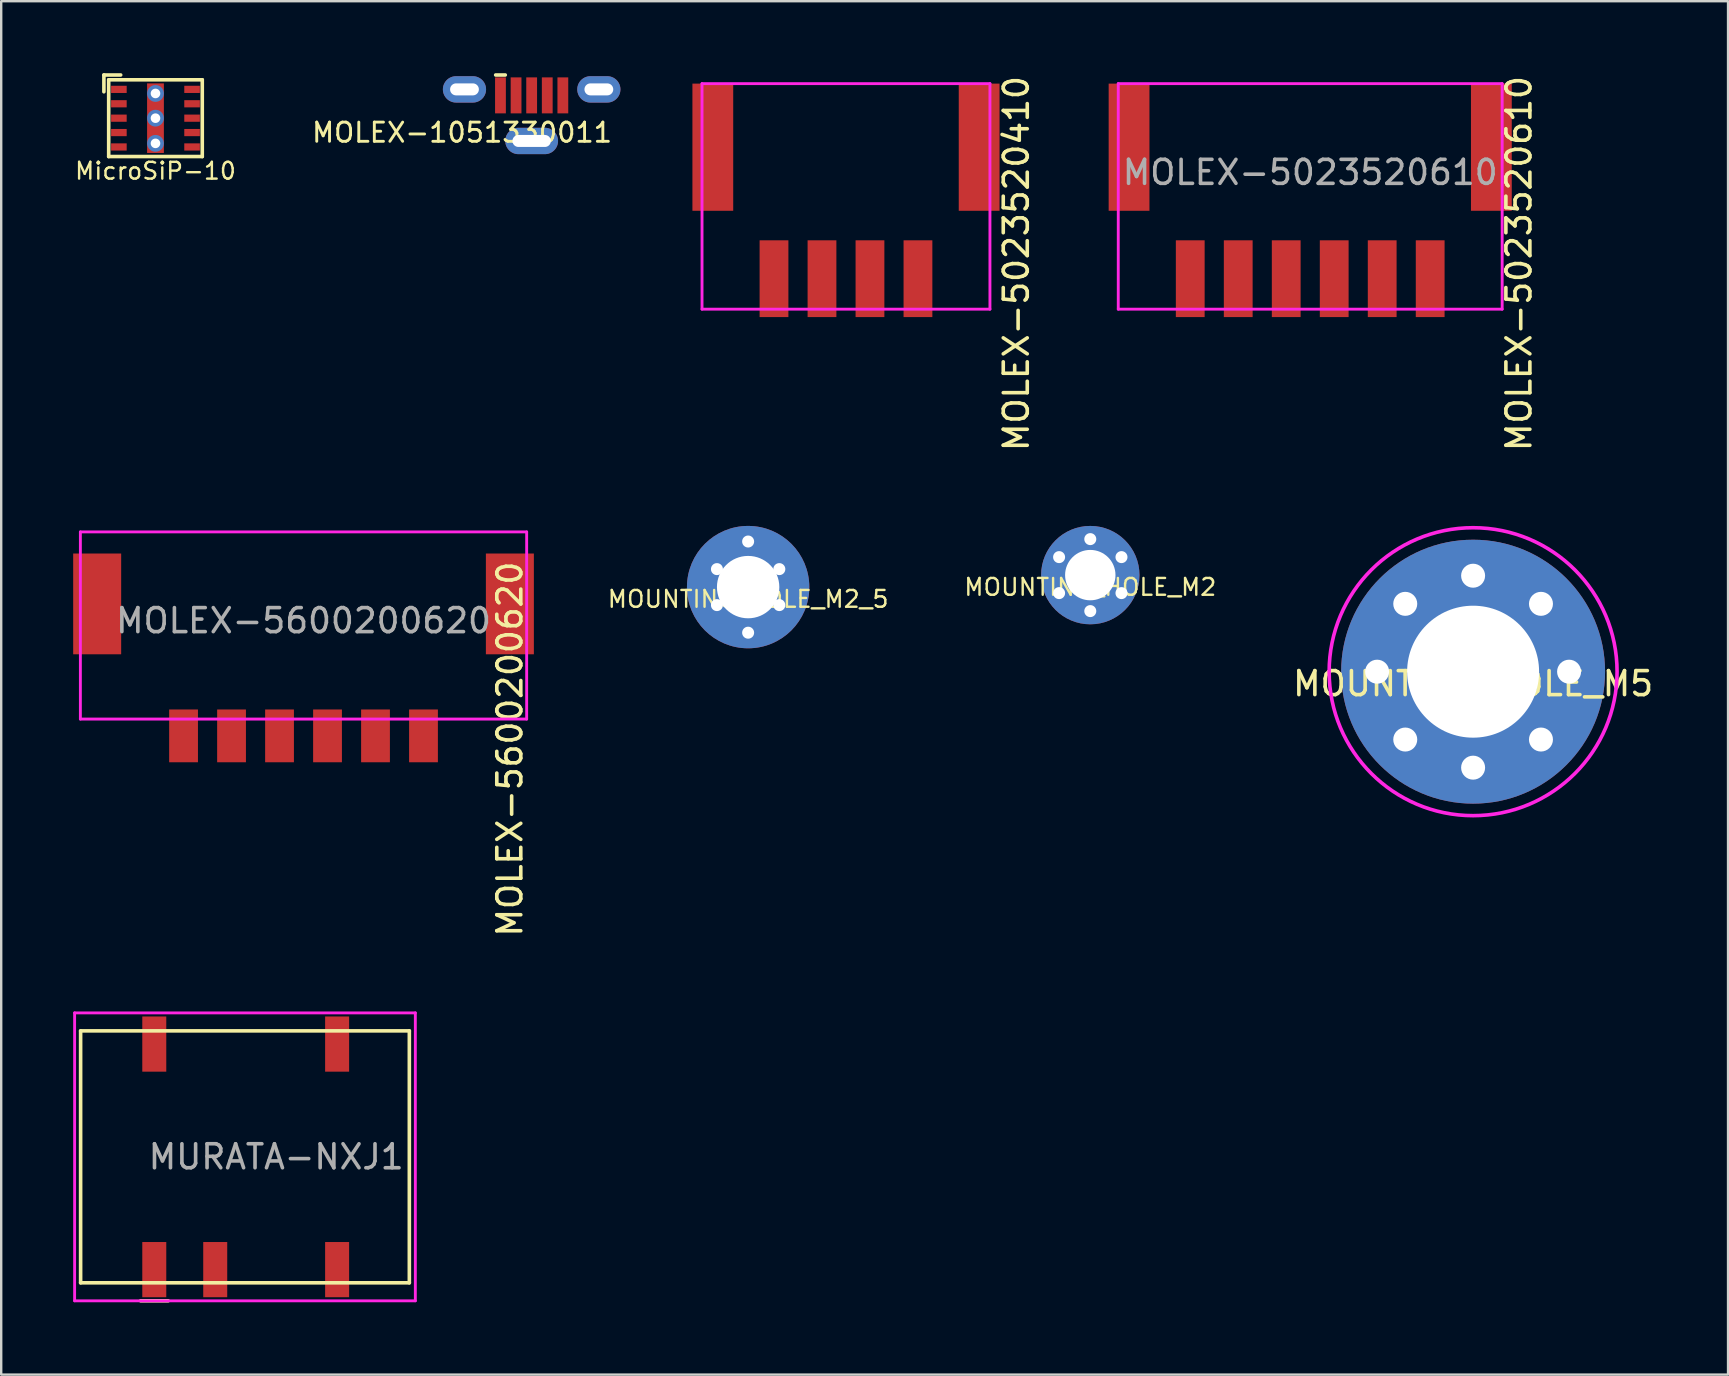
<source format=kicad_pcb>
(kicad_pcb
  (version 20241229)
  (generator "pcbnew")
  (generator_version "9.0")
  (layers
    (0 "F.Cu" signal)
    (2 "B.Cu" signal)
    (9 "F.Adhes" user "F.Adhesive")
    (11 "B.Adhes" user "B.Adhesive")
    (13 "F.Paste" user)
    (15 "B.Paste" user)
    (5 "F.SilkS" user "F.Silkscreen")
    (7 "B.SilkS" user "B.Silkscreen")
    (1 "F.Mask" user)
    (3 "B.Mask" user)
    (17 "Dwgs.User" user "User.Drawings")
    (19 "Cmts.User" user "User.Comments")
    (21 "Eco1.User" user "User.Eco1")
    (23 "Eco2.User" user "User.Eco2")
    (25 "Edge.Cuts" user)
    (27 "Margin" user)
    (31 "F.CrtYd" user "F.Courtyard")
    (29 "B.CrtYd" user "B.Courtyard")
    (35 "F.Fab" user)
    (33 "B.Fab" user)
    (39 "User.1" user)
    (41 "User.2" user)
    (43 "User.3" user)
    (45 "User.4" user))
  (footprint "MOUNTING_HOLE_M5"
    (layer "F.Cu")
    (at 58.345 24.944)
    (property "Reference" "MOUNTING_HOLE_M5" (at 0 0.5 0) (layer "F.SilkS") (effects (font (size 1 1) (thickness 0.15))))
    (attr through_hole)
    (fp_circle (center 0 0) (end 0 -6) (stroke (width 0.15) (type solid)) (fill no) (layer "F.CrtYd"))
    (pad "1" thru_hole circle (at -4 0 90) (size 1.5 1.5) (drill 1) (layers "*.Cu" "*.Mask"))
    (pad "1" thru_hole circle (at -2.828 -2.828 45) (size 1.5 1.5) (drill 1) (layers "*.Cu" "*.Mask"))
    (pad "1" thru_hole circle (at -2.828 2.828 135) (size 1.5 1.5) (drill 1) (layers "*.Cu" "*.Mask"))
    (pad "1" thru_hole circle (at 0 -4) (size 1.5 1.5) (drill 1) (layers "*.Cu" "*.Mask"))
    (pad "1" thru_hole circle (at 0 0) (size 11 11) (drill 5.5) (layers "*.Cu" "*.Mask"))
    (pad "1" thru_hole circle (at 0 4 180) (size 1.5 1.5) (drill 1) (layers "*.Cu" "*.Mask"))
    (pad "1" thru_hole circle (at 2.828 -2.828 315) (size 1.5 1.5) (drill 1) (layers "*.Cu" "*.Mask"))
    (pad "1" thru_hole circle (at 2.828 2.828 225) (size 1.5 1.5) (drill 1) (layers "*.Cu" "*.Mask"))
    (pad "1" thru_hole circle (at 4 0 270) (size 1.5 1.5) (drill 1) (layers "*.Cu" "*.Mask")))
  (footprint "MOUNTING_HOLE_M2_5"
    (layer "F.Cu")
    (at 28.13 21.419)
    (property "Reference" "MOUNTING_HOLE_M2_5" (at 0 0.5 0) (layer "F.SilkS") (effects (font (size 0.7 0.7) (thickness 0.1))))
    (attr through_hole)
    (pad "1" thru_hole circle (at -1.3 -0.75) (size 0.6 0.6) (drill 0.5) (layers "*.Cu" "*.Mask"))
    (pad "1" thru_hole circle (at -1.3 0.75) (size 0.6 0.6) (drill 0.5) (layers "*.Cu" "*.Mask"))
    (pad "1" thru_hole circle (at 0 -1.9) (size 0.6 0.6) (drill 0.5) (layers "*.Cu" "*.Mask"))
    (pad "1" thru_hole circle (at 0 0) (size 5.1 5.1) (drill 2.6) (layers "*.Cu" "*.Mask"))
    (pad "1" thru_hole circle (at 0 1.9) (size 0.6 0.6) (drill 0.5) (layers "*.Cu" "*.Mask"))
    (pad "1" thru_hole circle (at 1.3 -0.75) (size 0.6 0.6) (drill 0.5) (layers "*.Cu" "*.Mask"))
    (pad "1" thru_hole circle (at 1.3 0.75) (size 0.6 0.6) (drill 0.5) (layers "*.Cu" "*.Mask")))
  (footprint "MURATA-NXJ1"
    (layer "F.Cu")
    (at 8.46 45.164)
    (property "Reference" "MURATA-NXJ1" (at 0 0 0) (layer "F.Fab") (effects (font (size 1 1) (thickness 0.15))))
    (attr smd)
    (fp_line (start -8.15 -5.25) (end -8.15 5.25) (stroke (width 0.15) (type solid)) (layer "F.SilkS"))
    (fp_line (start -5.65 6) (end -4.5 6) (stroke (width 0.15) (type solid)) (layer "F.SilkS"))
    (fp_line (start 5.55 -5.25) (end -8.15 -5.25) (stroke (width 0.15) (type solid)) (layer "F.SilkS"))
    (fp_line (start 5.55 -5.25) (end 5.55 5.25) (stroke (width 0.15) (type solid)) (layer "F.SilkS"))
    (fp_line (start 5.55 5.25) (end -8.15 5.25) (stroke (width 0.15) (type solid)) (layer "F.SilkS"))
    (fp_line (start -8.4 -6) (end 5.8 -6) (stroke (width 0.12) (type solid)) (layer "F.CrtYd"))
    (fp_line (start -8.4 6) (end -8.4 -6) (stroke (width 0.12) (type solid)) (layer "F.CrtYd"))
    (fp_line (start 5.8 -6) (end 5.8 6) (stroke (width 0.12) (type solid)) (layer "F.CrtYd"))
    (fp_line (start 5.8 6) (end -8.4 6) (stroke (width 0.12) (type solid)) (layer "F.CrtYd"))
    (pad "1" smd rect (at -5.08 4.7) (size 1 2.3) (layers "F.Cu" "F.Mask" "F.Paste"))
    (pad "3" smd rect (at -2.54 4.7) (size 1 2.3) (layers "F.Cu" "F.Mask" "F.Paste"))
    (pad "7" smd rect (at 2.54 4.7) (size 1 2.3) (layers "F.Cu" "F.Mask" "F.Paste"))
    (pad "8" smd rect (at 2.54 -4.7) (size 1 2.3) (layers "F.Cu" "F.Mask" "F.Paste"))
    (pad "14" smd rect (at -5.08 -4.7) (size 1 2.3) (layers "F.Cu" "F.Mask" "F.Paste")))
  (footprint "MOLEX-5600200620"
    (layer "F.Cu")
    (at 9.6 19.119)
    (property "Reference" "MOLEX-5600200620" (at 8.6 9.05 90) (layer "F.SilkS") (effects (font (size 1 1) (thickness 0.15))))
    (attr through_hole)
    (fp_line (start -9.3 0) (end -9.3 7.8) (stroke (width 0.12) (type solid)) (layer "F.CrtYd"))
    (fp_line (start -9.3 7.8) (end 9.3 7.8) (stroke (width 0.12) (type solid)) (layer "F.CrtYd"))
    (fp_line (start 9.3 0) (end -9.3 0) (stroke (width 0.12) (type solid)) (layer "F.CrtYd"))
    (fp_line (start 9.3 7.8) (end 9.3 0) (stroke (width 0.12) (type solid)) (layer "F.CrtYd"))
    (fp_text user "${REFERENCE}" (at 0 3.7 0) (layer "F.Fab") (effects (font (size 1 1) (thickness 0.15))))
    (pad "" smd rect (at -8.6 3) (size 2 4.2) (layers "F.Cu" "F.Mask" "F.Paste"))
    (pad "" smd rect (at 8.6 3) (size 2 4.2) (layers "F.Cu" "F.Mask" "F.Paste"))
    (pad "1" smd rect (at -5 8.5) (size 1.2 2.2) (layers "F.Cu" "F.Mask" "F.Paste"))
    (pad "2" smd rect (at -3 8.5) (size 1.2 2.2) (layers "F.Cu" "F.Mask" "F.Paste"))
    (pad "3" smd rect (at -1 8.5) (size 1.2 2.2) (layers "F.Cu" "F.Mask" "F.Paste"))
    (pad "4" smd rect (at 1 8.5) (size 1.2 2.2) (layers "F.Cu" "F.Mask" "F.Paste"))
    (pad "5" smd rect (at 3 8.5) (size 1.2 2.2) (layers "F.Cu" "F.Mask" "F.Paste"))
    (pad "6" smd rect (at 5 8.5) (size 1.2 2.2) (layers "F.Cu" "F.Mask" "F.Paste")))
  (footprint "MOLEX-1051330011"
    (layer "F.Cu")
    (at 19.108 0.675)
    (property "Reference" "MOLEX-1051330011" (at -2.9 1.8 0) (layer "F.SilkS") (effects (font (size 0.8 0.8) (thickness 0.12))))
    (attr through_hole)
    (fp_line (start -1.5 -0.6) (end -1.1 -0.6) (stroke (width 0.15) (type solid)) (layer "F.SilkS"))
    (pad "1" smd rect (at -1.3 0.25) (size 0.45 1.5) (layers "F.Cu" "F.Mask" "F.Paste"))
    (pad "2" smd rect (at -0.65 0.25) (size 0.45 1.5) (layers "F.Cu" "F.Mask" "F.Paste"))
    (pad "3" smd rect (at 0 0.25) (size 0.45 1.5) (layers "F.Cu" "F.Mask" "F.Paste"))
    (pad "4" smd rect (at 0.65 0.25) (size 0.45 1.5) (layers "F.Cu" "F.Mask" "F.Paste"))
    (pad "5" smd rect (at 1.3 0.25) (size 0.45 1.5) (layers "F.Cu" "F.Mask" "F.Paste"))
    (pad "SH" thru_hole oval (at -2.8 0) (size 1.8 1.1) (drill oval 1.2 0.5) (layers "*.Cu" "*.Mask"))
    (pad "SH" thru_hole oval (at 0 2.15) (size 2.2 1.1) (drill oval 1.6 0.5) (layers "*.Cu" "*.Mask"))
    (pad "SH" thru_hole oval (at 2.8 0) (size 1.8 1.1) (drill oval 1.2 0.5) (layers "*.Cu" "*.Mask")))
  (footprint "MOUNTING_HOLE_M2"
    (layer "F.Cu")
    (at 42.39 20.919)
    (property "Reference" "MOUNTING_HOLE_M2" (at 0 0.5 0) (layer "F.SilkS") (effects (font (size 0.7 0.7) (thickness 0.1))))
    (attr through_hole)
    (pad "1" thru_hole circle (at -1.3 -0.75) (size 0.6 0.6) (drill 0.5) (layers "*.Cu" "*.Mask"))
    (pad "1" thru_hole circle (at -1.3 0.75) (size 0.6 0.6) (drill 0.5) (layers "*.Cu" "*.Mask"))
    (pad "1" thru_hole circle (at 0 -1.5) (size 0.6 0.6) (drill 0.5) (layers "*.Cu" "*.Mask"))
    (pad "1" thru_hole circle (at 0 0) (size 4.1 4.1) (drill 2.1) (layers "*.Cu" "*.Mask"))
    (pad "1" thru_hole circle (at 0 1.5) (size 0.6 0.6) (drill 0.5) (layers "*.Cu" "*.Mask"))
    (pad "1" thru_hole circle (at 1.3 -0.75) (size 0.6 0.6) (drill 0.5) (layers "*.Cu" "*.Mask"))
    (pad "1" thru_hole circle (at 1.3 0.75) (size 0.6 0.6) (drill 0.5) (layers "*.Cu" "*.Mask")))
  (footprint "MOLEX-5023520610"
    (layer "F.Cu")
    (at 51.556 0.435)
    (property "Reference" "MOLEX-5023520610" (at 8.7 7.5 90) (layer "F.SilkS") (effects (font (size 1 1) (thickness 0.15))))
    (attr through_hole)
    (fp_line (start -8 0) (end -8 9.4) (stroke (width 0.12) (type solid)) (layer "F.CrtYd"))
    (fp_line (start -8 9.4) (end 8 9.4) (stroke (width 0.12) (type solid)) (layer "F.CrtYd"))
    (fp_line (start 8 0) (end -8 0) (stroke (width 0.12) (type solid)) (layer "F.CrtYd"))
    (fp_line (start 8 9.4) (end 8 0) (stroke (width 0.12) (type solid)) (layer "F.CrtYd"))
    (fp_text user "${REFERENCE}" (at 0 3.7 0) (layer "F.Fab") (effects (font (size 1 1) (thickness 0.15))))
    (pad "" smd rect (at -7.55 2.65) (size 1.7 5.3) (layers "F.Cu" "F.Mask" "F.Paste"))
    (pad "" smd rect (at 7.55 2.65) (size 1.7 5.3) (layers "F.Cu" "F.Mask" "F.Paste"))
    (pad "1" smd rect (at -5 8.13) (size 1.2 3.2) (layers "F.Cu" "F.Mask" "F.Paste"))
    (pad "2" smd rect (at -3 8.13) (size 1.2 3.2) (layers "F.Cu" "F.Mask" "F.Paste"))
    (pad "3" smd rect (at -1 8.13) (size 1.2 3.2) (layers "F.Cu" "F.Mask" "F.Paste"))
    (pad "4" smd rect (at 1 8.13) (size 1.2 3.2) (layers "F.Cu" "F.Mask" "F.Paste"))
    (pad "5" smd rect (at 3 8.13) (size 1.2 3.2) (layers "F.Cu" "F.Mask" "F.Paste"))
    (pad "6" smd rect (at 5 8.13) (size 1.2 3.2) (layers "F.Cu" "F.Mask" "F.Paste")))
  (footprint "MOLEX-5023520410"
    (layer "F.Cu")
    (at 32.208 0.435)
    (property "Reference" "MOLEX-5023520410" (at 7.1 7.5 90) (layer "F.SilkS") (effects (font (size 1 1) (thickness 0.15))))
    (attr through_hole)
    (fp_line (start -6 0) (end -6 9.4) (stroke (width 0.12) (type solid)) (layer "F.CrtYd"))
    (fp_line (start -6 9.4) (end 6 9.4) (stroke (width 0.12) (type solid)) (layer "F.CrtYd"))
    (fp_line (start 6 0) (end -6 0) (stroke (width 0.12) (type solid)) (layer "F.CrtYd"))
    (fp_line (start 6 9.4) (end 6 0) (stroke (width 0.12) (type solid)) (layer "F.CrtYd"))
    (pad "" smd rect (at -5.55 2.65) (size 1.7 5.3) (layers "F.Cu" "F.Mask" "F.Paste"))
    (pad "" smd rect (at 5.55 2.65) (size 1.7 5.3) (layers "F.Cu" "F.Mask" "F.Paste"))
    (pad "1" smd rect (at -3 8.13) (size 1.2 3.2) (layers "F.Cu" "F.Mask" "F.Paste"))
    (pad "2" smd rect (at -1 8.13) (size 1.2 3.2) (layers "F.Cu" "F.Mask" "F.Paste"))
    (pad "3" smd rect (at 1 8.13) (size 1.2 3.2) (layers "F.Cu" "F.Mask" "F.Paste"))
    (pad "4" smd rect (at 3 8.13) (size 1.2 3.2) (layers "F.Cu" "F.Mask" "F.Paste")))
  (footprint "MicroSiP-10"
    (layer "F.Cu")
    (at 3.43 1.875)
    (property "Reference" "MicroSiP-10" (at 0 2.2 0) (layer "F.SilkS") (effects (font (size 0.7 0.7) (thickness 0.1))))
    (attr through_hole)
    (fp_line (start -2.15 -1.8) (end -1.45 -1.8) (stroke (width 0.15) (type solid)) (layer "F.SilkS"))
    (fp_line (start -2.15 -1.1) (end -2.15 -1.8) (stroke (width 0.15) (type solid)) (layer "F.SilkS"))
    (fp_line (start -1.95 -1.6) (end 1.95 -1.6) (stroke (width 0.15) (type solid)) (layer "F.SilkS"))
    (fp_line (start -1.95 1.6) (end -1.95 -1.6) (stroke (width 0.15) (type solid)) (layer "F.SilkS"))
    (fp_line (start 1.95 -1.6) (end 1.95 1.6) (stroke (width 0.15) (type solid)) (layer "F.SilkS"))
    (fp_line (start 1.95 1.6) (end -1.95 1.6) (stroke (width 0.15) (type solid)) (layer "F.SilkS"))
    (pad "1" smd rect (at -1.525 -1.2) (size 0.65 0.3) (layers "F.Cu" "F.Mask" "F.Paste"))
    (pad "2" smd rect (at -1.525 -0.6) (size 0.65 0.3) (layers "F.Cu" "F.Mask" "F.Paste"))
    (pad "3" smd rect (at -1.525 0) (size 0.65 0.3) (layers "F.Cu" "F.Mask" "F.Paste"))
    (pad "4" smd rect (at -1.525 0.6) (size 0.65 0.3) (layers "F.Cu" "F.Mask" "F.Paste"))
    (pad "5" smd rect (at -1.525 1.2) (size 0.65 0.3) (layers "F.Cu" "F.Mask" "F.Paste"))
    (pad "6" smd rect (at 1.525 1.2) (size 0.65 0.3) (layers "F.Cu" "F.Mask" "F.Paste"))
    (pad "7" smd rect (at 1.525 0.6) (size 0.65 0.3) (layers "F.Cu" "F.Mask" "F.Paste"))
    (pad "8" smd rect (at 1.525 0) (size 0.65 0.3) (layers "F.Cu" "F.Mask" "F.Paste"))
    (pad "9" smd rect (at 1.525 -0.6) (size 0.65 0.3) (layers "F.Cu" "F.Mask" "F.Paste"))
    (pad "10" smd rect (at 1.525 -1.2) (size 0.65 0.3) (layers "F.Cu" "F.Mask" "F.Paste"))
    (pad "11" thru_hole circle (at 0 -1.03) (size 0.7 0.7) (drill 0.4) (layers "*.Cu" "F.Mask"))
    (pad "11" thru_hole circle (at 0 0) (size 0.7 0.7) (drill 0.4) (layers "*.Cu" "F.Mask"))
    (pad "11" smd rect (at 0 0) (size 0.7 2.9) (layers "F.Cu" "F.Mask" "F.Paste"))
    (pad "11" thru_hole circle (at 0 1.05) (size 0.7 0.7) (drill 0.4) (layers "*.Cu" "F.Mask")))
  (gr_rect
    (start -3 -3)
    (end 68.97 54.239)
    (stroke (width 0.1) (type default))
    (fill no)
    (layer "Edge.Cuts")))
</source>
